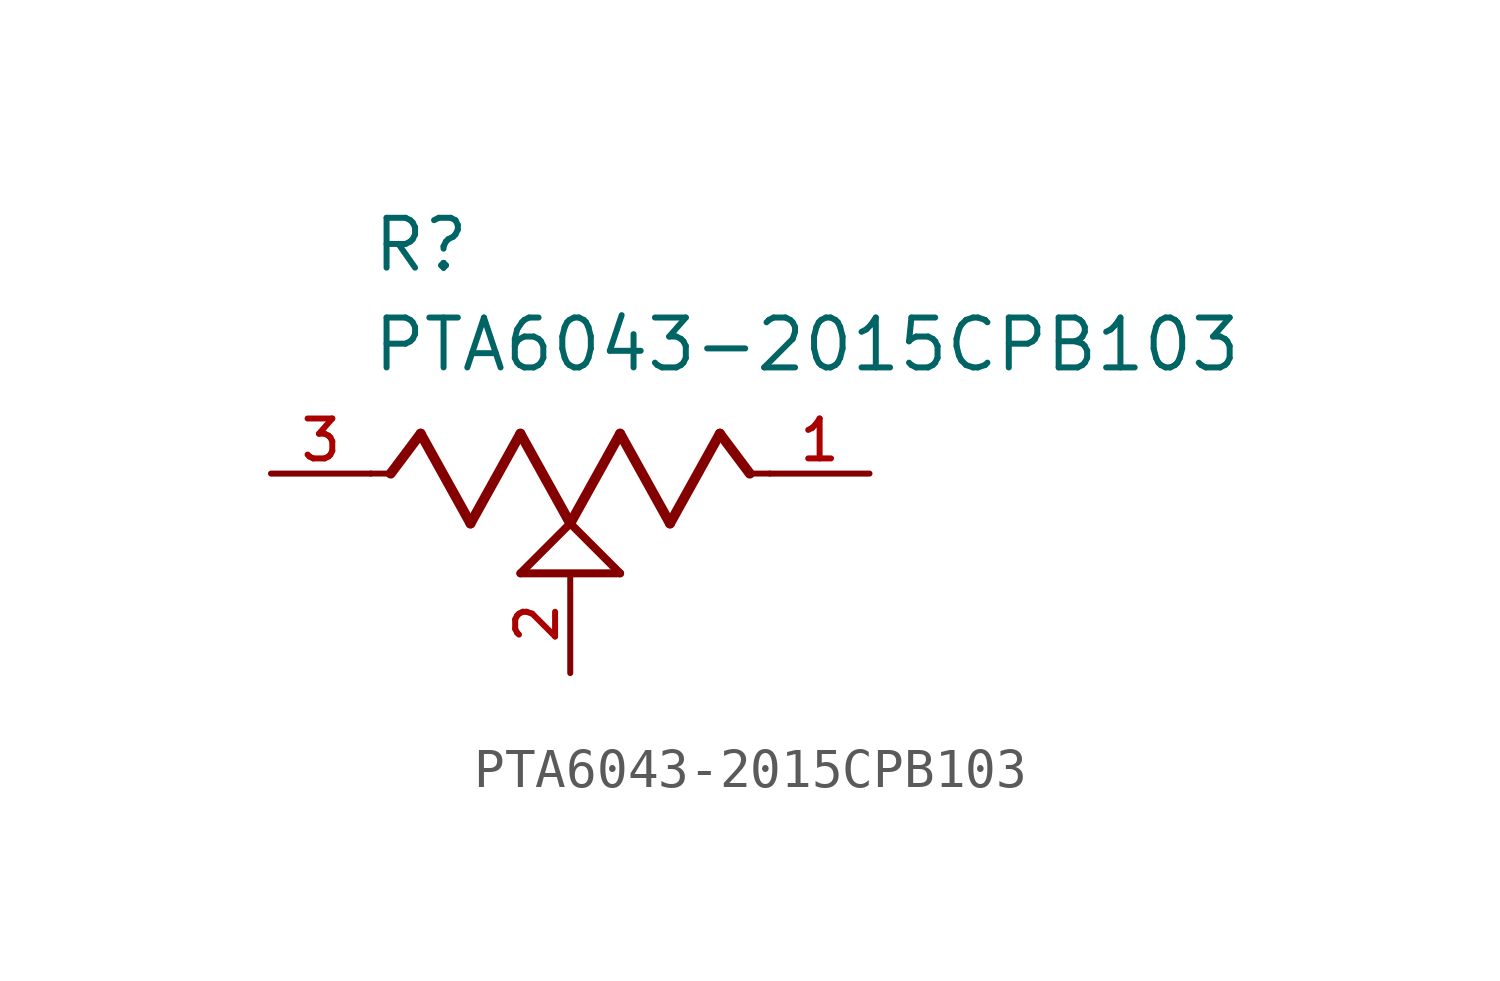
<source format=kicad_sym>
(kicad_symbol_lib
  (version 20211014)
  (generator kicad_symbol_editor)
  (symbol "PTA6043-2015CPB103"
    (pin_names
      (offset 1.016))
    (property "Reference" "R"
      (at -5.08 5.08 0)
      (effects (font (size 1.27 1.27)) (justify bottom left)))
    (property "Value" "PTA6043-2015CPB103"
      (at -5.08 2.54 0)
      (effects (font (size 1.27 1.27)) (justify bottom left)))
    (symbol "PTA6043-2015CPB103_0_0"
      (polyline (pts (xy -5.08 0.0) (xy -4.572 0.0)) (stroke (width 0.152)))
      (polyline (pts (xy -4.572 0.0) (xy -3.81 1.016)) (stroke (width 0.254)))
      (polyline (pts (xy -3.81 1.016) (xy -2.54 -1.27)) (stroke (width 0.254)))
      (polyline (pts (xy -2.54 -1.27) (xy -1.27 1.016)) (stroke (width 0.254)))
      (polyline (pts (xy -1.27 1.016) (xy 0.0 -1.27)) (stroke (width 0.254)))
      (polyline (pts (xy 0.0 -1.27) (xy 1.27 1.016)) (stroke (width 0.254)))
      (polyline (pts (xy 1.27 1.016) (xy 2.54 -1.27)) (stroke (width 0.254)))
      (polyline (pts (xy 2.54 -1.27) (xy 3.81 1.016)) (stroke (width 0.254)))
      (polyline (pts (xy 3.81 1.016) (xy 4.572 0.0)) (stroke (width 0.254)))
      (polyline (pts (xy 4.572 0.0) (xy 5.08 0.0)) (stroke (width 0.152)))
      (polyline (pts (xy 0.0 -1.27) (xy 1.27 -2.54)) (stroke (width 0.203)))
      (polyline (pts (xy -1.27 -2.54) (xy 0.0 -1.27)) (stroke (width 0.203)))
      (polyline (pts (xy 1.27 -2.54) (xy -1.27 -2.54)) (stroke (width 0.203)))
      (pin passive line (at -7.62 0.0 0) (length 2.54) (name "~" (effects (font (size 1.016 1.016)))) (number "3" (effects (font (size 1.016 1.016)))))
      (pin passive line (at 7.62 0.0 180.0) (length 2.54) (name "~" (effects (font (size 1.016 1.016)))) (number "1" (effects (font (size 1.016 1.016)))))
      (pin passive line (at 0.0 -5.08 90.0) (length 2.54) (name "~" (effects (font (size 1.016 1.016)))) (number "2" (effects (font (size 1.016 1.016))))))))
</source>
